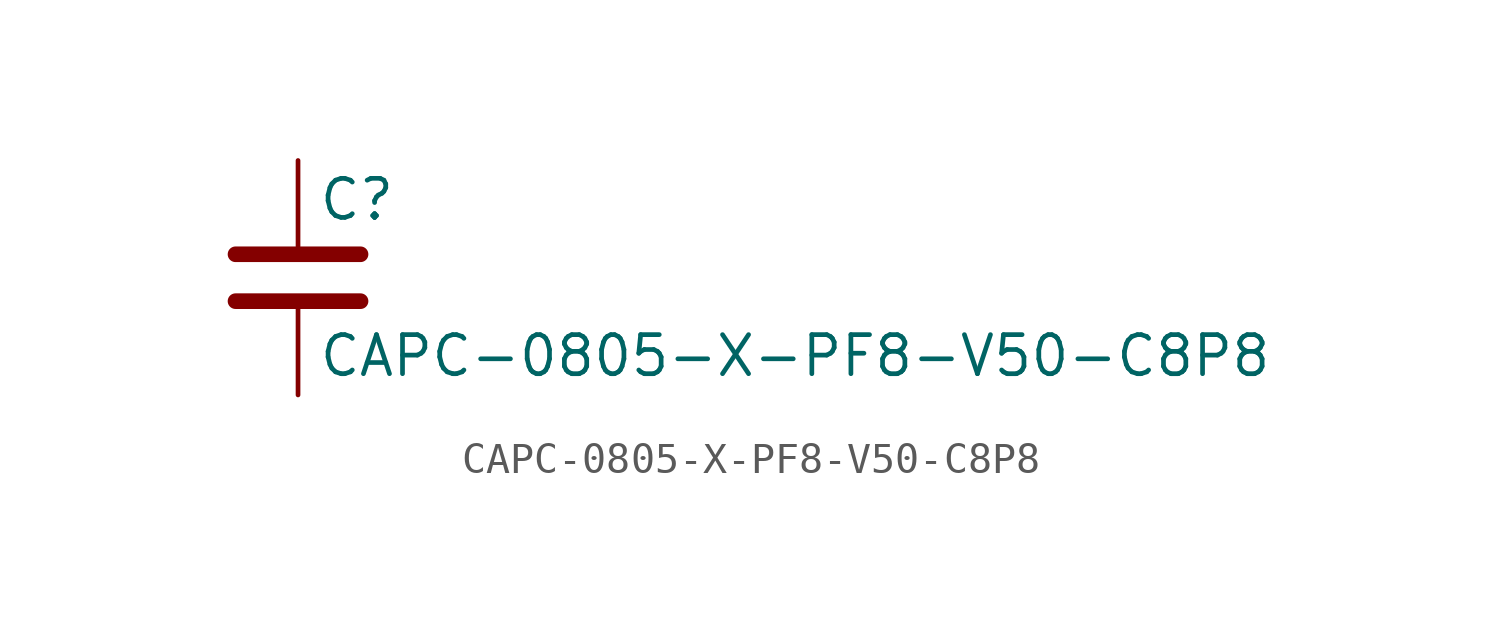
<source format=kicad_sym>
(kicad_symbol_lib
  (version 20211014)
  (generator kicad_symbol_editor)
  (symbol "CAPC-0805-X-PF8-V50-C8P8"
    (pin_numbers hide)
    (pin_names
      (offset 0.254))
    (property "Reference" "C"
      (at 0.635 2.54 0)
      (effects (font (size 1.27 1.27)) (justify left)))
    (property "Value" "CAPC-0805-X-PF8-V50-C8P8"
      (at 0.635 -2.54 0)
      (effects (font (size 1.27 1.27)) (justify left)))
    (symbol "CAPC-0805-X-PF8-V50-C8P8_0_1"
      (polyline (pts (xy -2.032 -0.762) (xy 2.032 -0.762)) (stroke (width 0.508) (type default) (color 0 0 0 0)) (fill (type none)))
      (polyline (pts (xy -2.032 0.762) (xy 2.032 0.762)) (stroke (width 0.508) (type default) (color 0 0 0 0)) (fill (type none))))
    (symbol "CAPC-0805-X-PF8-V50-C8P8_1_1"
      (pin passive line (at 0 3.81 270) (length 2.794) (name "~" (effects (font (size 1.27 1.27)))) (number "1" (effects (font (size 1.27 1.27)))))
      (pin passive line (at 0 -3.81 90) (length 2.794) (name "~" (effects (font (size 1.27 1.27)))) (number "2" (effects (font (size 1.27 1.27))))))))
</source>
